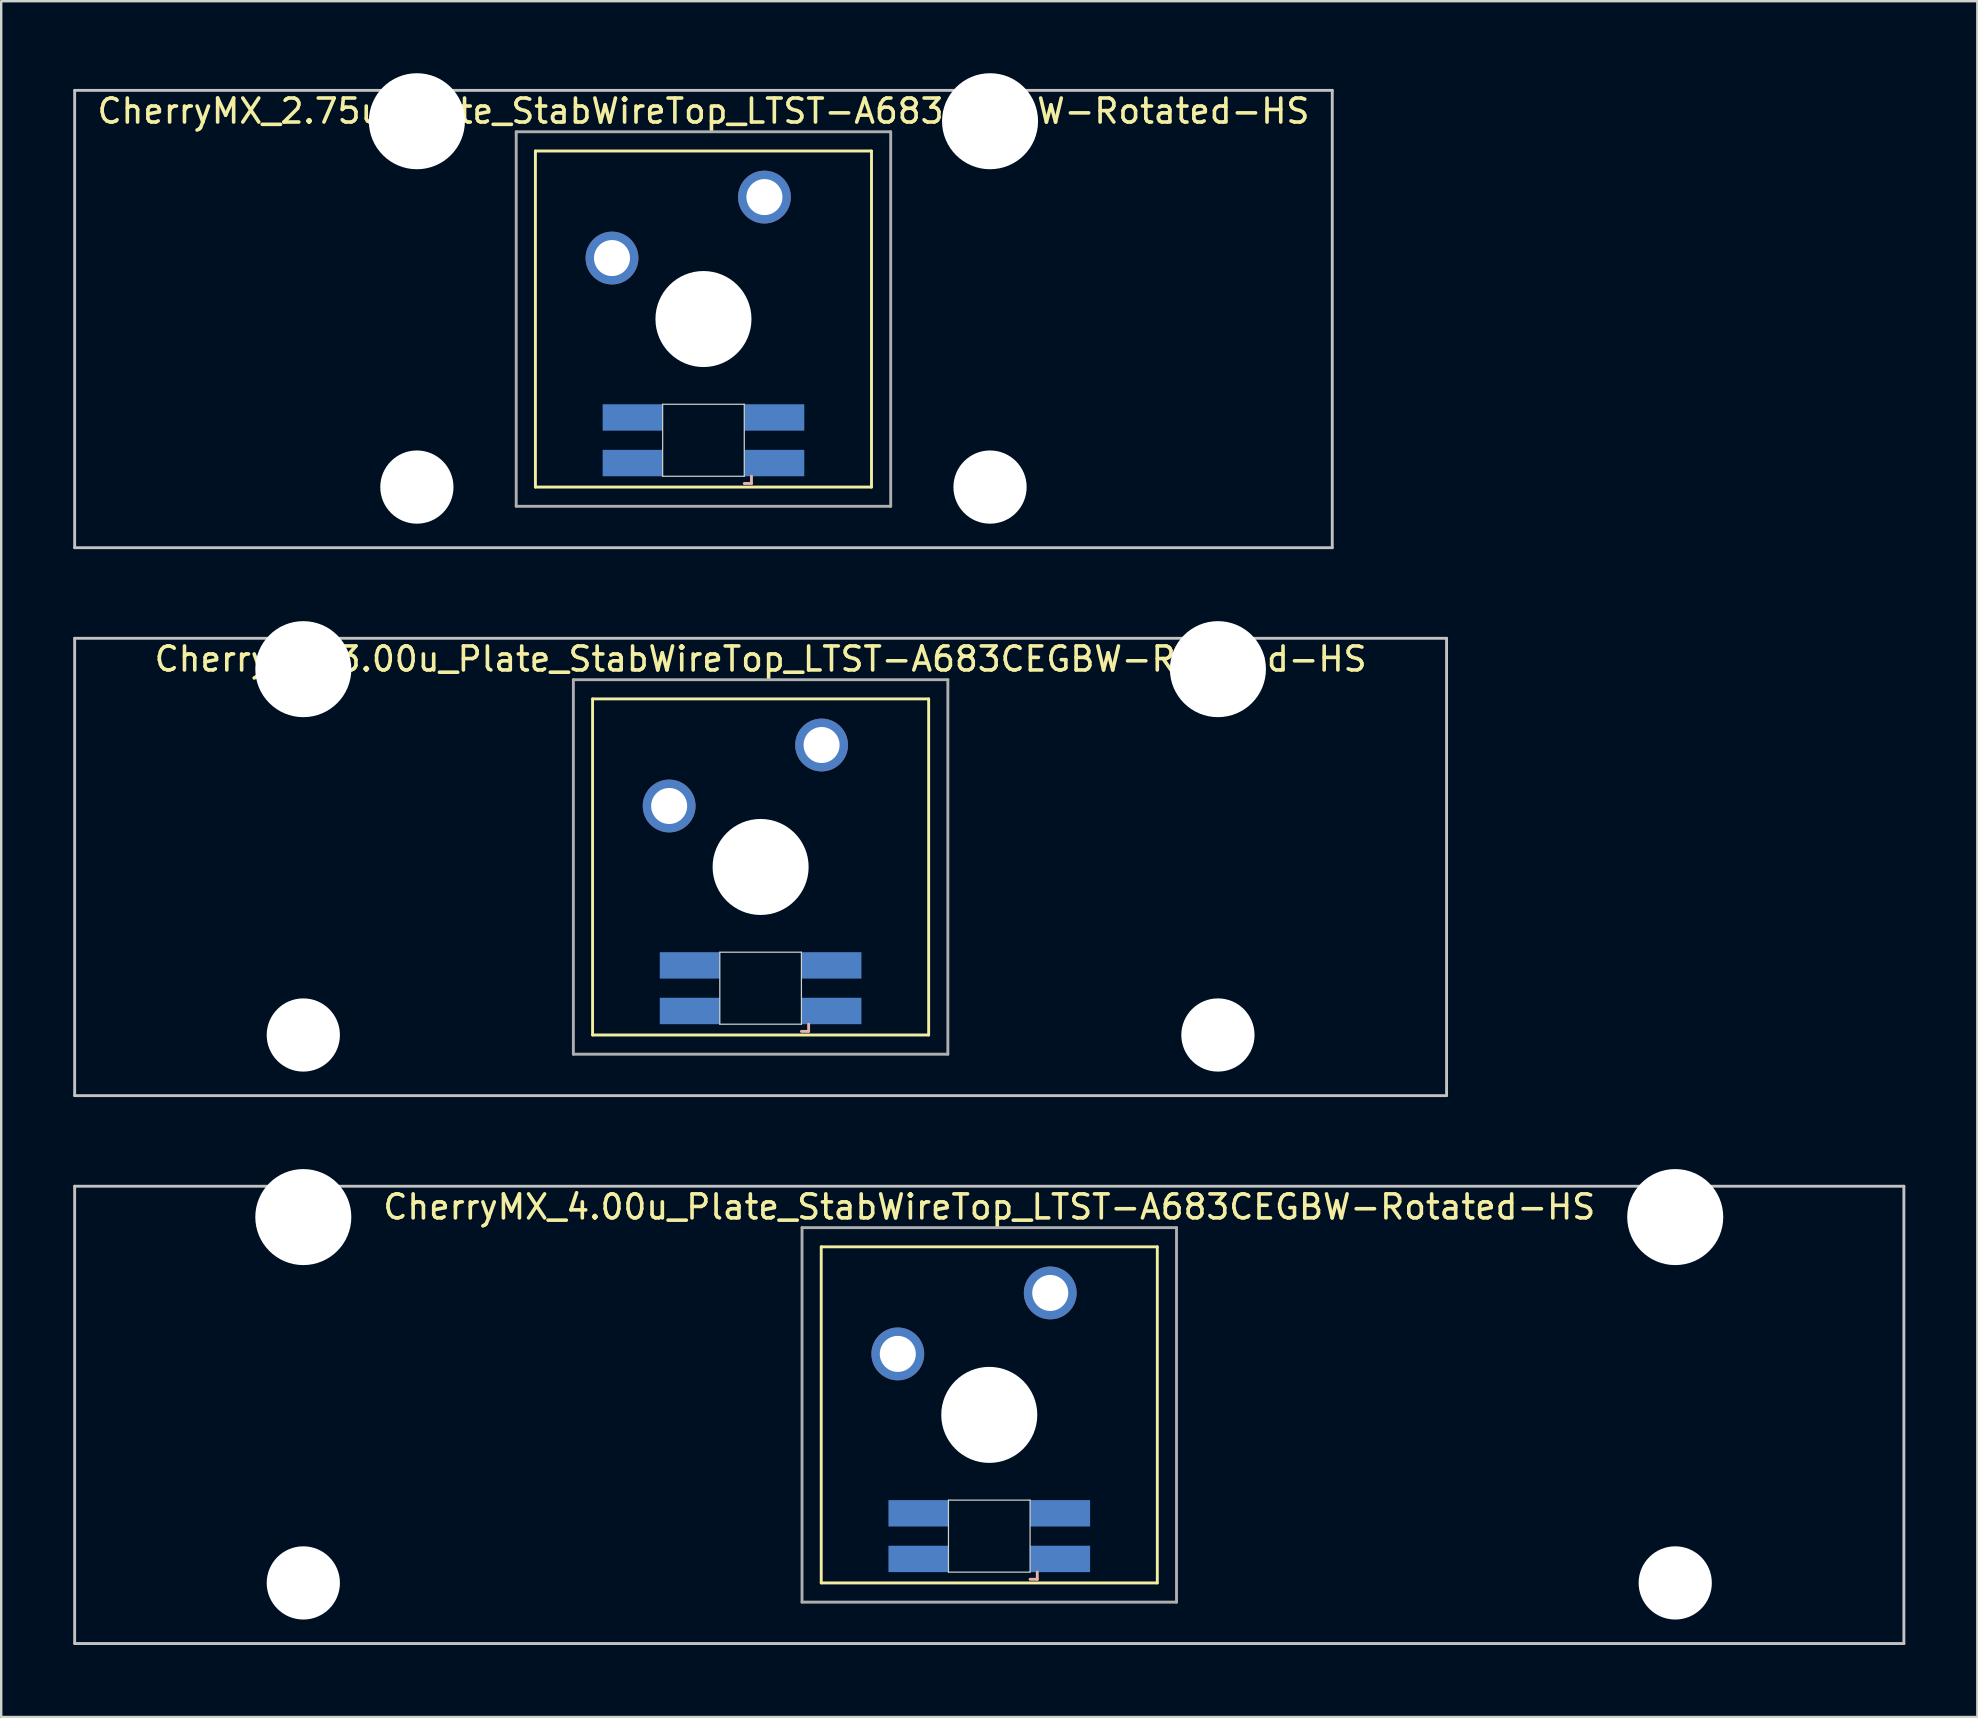
<source format=kicad_pcb>
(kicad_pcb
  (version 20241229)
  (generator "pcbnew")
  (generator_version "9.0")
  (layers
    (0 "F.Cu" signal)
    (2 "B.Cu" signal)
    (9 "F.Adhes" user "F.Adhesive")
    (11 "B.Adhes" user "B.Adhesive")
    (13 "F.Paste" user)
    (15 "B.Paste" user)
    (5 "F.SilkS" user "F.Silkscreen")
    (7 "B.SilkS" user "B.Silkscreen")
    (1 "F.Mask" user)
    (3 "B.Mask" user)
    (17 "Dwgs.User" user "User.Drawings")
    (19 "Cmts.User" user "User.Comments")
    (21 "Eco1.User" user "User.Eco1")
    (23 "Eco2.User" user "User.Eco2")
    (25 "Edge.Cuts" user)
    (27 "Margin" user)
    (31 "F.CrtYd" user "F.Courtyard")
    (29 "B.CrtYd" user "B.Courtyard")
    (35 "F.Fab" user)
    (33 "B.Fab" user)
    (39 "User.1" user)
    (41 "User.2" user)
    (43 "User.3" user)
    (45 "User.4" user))
  (footprint "CherryMX_2.75u_Plate_StabWireTop_LTST-A683CEGBW-Rotated-HS"
    (layer "F.Cu")
    (at 26.254 10.24)
    (property "Reference" "CherryMX_2.75u_Plate_StabWireTop_LTST-A683CEGBW-Rotated-HS" (at 0 -8.662 0) (layer "F.SilkS") (effects (font (size 1 1) (thickness 0.15))))
    (attr through_hole)
    (fp_line (start -7 -7) (end -7 7) (stroke (width 0.12) (type solid)) (layer "F.SilkS"))
    (fp_line (start -7 -7) (end 7 -7) (stroke (width 0.12) (type solid)) (layer "F.SilkS"))
    (fp_line (start 7 -7) (end 7 7) (stroke (width 0.12) (type solid)) (layer "F.SilkS"))
    (fp_line (start 7 7) (end -7 7) (stroke (width 0.12) (type solid)) (layer "F.SilkS"))
    (fp_line (start 1.7 6.85) (end 2 6.85) (stroke (width 0.12) (type solid)) (layer "B.SilkS"))
    (fp_line (start 2 6.85) (end 2 6.55) (stroke (width 0.12) (type solid)) (layer "B.SilkS"))
    (fp_line (start -26.194 -9.525) (end 26.194 -9.525) (stroke (width 0.12) (type solid)) (layer "Dwgs.User"))
    (fp_line (start -26.194 9.525) (end -26.194 -9.525) (stroke (width 0.12) (type solid)) (layer "Dwgs.User"))
    (fp_line (start 26.194 -9.525) (end 26.194 9.525) (stroke (width 0.12) (type solid)) (layer "Dwgs.User"))
    (fp_line (start 26.194 9.525) (end -26.194 9.525) (stroke (width 0.12) (type solid)) (layer "Dwgs.User"))
    (fp_line (start -1.7 3.55) (end 1.7 3.55) (stroke (width 0.05) (type solid)) (layer "Edge.Cuts"))
    (fp_line (start -1.7 6.55) (end -1.7 3.55) (stroke (width 0.05) (type solid)) (layer "Edge.Cuts"))
    (fp_line (start 1.7 3.55) (end 1.7 6.55) (stroke (width 0.05) (type solid)) (layer "Edge.Cuts"))
    (fp_line (start 1.7 6.55) (end -1.7 6.55) (stroke (width 0.05) (type solid)) (layer "Edge.Cuts"))
    (fp_line (start -7.8 -7.8) (end -7.8 7.8) (stroke (width 0.12) (type solid)) (layer "F.Fab"))
    (fp_line (start -7.8 -7.8) (end 7.8 -7.8) (stroke (width 0.12) (type solid)) (layer "F.Fab"))
    (fp_line (start -7.8 7.8) (end 7.8 7.8) (stroke (width 0.12) (type solid)) (layer "F.Fab"))
    (fp_line (start 7.8 -7.8) (end 7.8 7.8) (stroke (width 0.12) (type solid)) (layer "F.Fab"))
    (pad "" np_thru_hole circle (at -11.938 -8.24) (size 4 4) (drill 4) (layers "*.Cu" "*.Mask"))
    (pad "" np_thru_hole circle (at -11.938 7) (size 3.05 3.05) (drill 3.05) (layers "*.Cu" "*.Mask"))
    (pad "" np_thru_hole circle (at 0 0) (size 4 4) (drill 4) (layers "*.Cu" "*.Mask"))
    (pad "" np_thru_hole circle (at 11.938 -8.24) (size 4 4) (drill 4) (layers "*.Cu" "*.Mask"))
    (pad "" np_thru_hole circle (at 11.938 7) (size 3.05 3.05) (drill 3.05) (layers "*.Cu" "*.Mask"))
    (pad "1" thru_hole circle (at -3.81 -2.54) (size 2.2 2.2) (drill 1.5) (layers "*.Cu" "*.Mask"))
    (pad "2" thru_hole circle (at 2.54 -5.08) (size 2.2 2.2) (drill 1.5) (layers "*.Cu" "*.Mask"))
    (pad "3" smd rect (at 2.95 6) (size 2.5 1.1) (layers "B.Cu" "B.Mask" "B.Paste"))
    (pad "4" smd rect (at 2.95 4.1) (size 2.5 1.1) (layers "B.Cu" "B.Mask" "B.Paste"))
    (pad "5" smd rect (at -2.95 6) (size 2.5 1.1) (layers "B.Cu" "B.Mask" "B.Paste"))
    (pad "6" smd rect (at -2.95 4.1) (size 2.5 1.1) (layers "B.Cu" "B.Mask" "B.Paste")))
  (footprint "CherryMX_4.00u_Plate_StabWireTop_LTST-A683CEGBW-Rotated-HS"
    (layer "F.Cu")
    (at 38.16 55.89)
    (property "Reference" "CherryMX_4.00u_Plate_StabWireTop_LTST-A683CEGBW-Rotated-HS" (at 0 -8.662 0) (layer "F.SilkS") (effects (font (size 1 1) (thickness 0.15))))
    (attr through_hole)
    (fp_line (start -7 -7) (end -7 7) (stroke (width 0.12) (type solid)) (layer "F.SilkS"))
    (fp_line (start -7 -7) (end 7 -7) (stroke (width 0.12) (type solid)) (layer "F.SilkS"))
    (fp_line (start 7 -7) (end 7 7) (stroke (width 0.12) (type solid)) (layer "F.SilkS"))
    (fp_line (start 7 7) (end -7 7) (stroke (width 0.12) (type solid)) (layer "F.SilkS"))
    (fp_line (start 1.7 6.85) (end 2 6.85) (stroke (width 0.12) (type solid)) (layer "B.SilkS"))
    (fp_line (start 2 6.85) (end 2 6.55) (stroke (width 0.12) (type solid)) (layer "B.SilkS"))
    (fp_line (start -38.1 -9.525) (end 38.1 -9.525) (stroke (width 0.12) (type solid)) (layer "Dwgs.User"))
    (fp_line (start -38.1 9.525) (end -38.1 -9.525) (stroke (width 0.12) (type solid)) (layer "Dwgs.User"))
    (fp_line (start 38.1 -9.525) (end 38.1 9.525) (stroke (width 0.12) (type solid)) (layer "Dwgs.User"))
    (fp_line (start 38.1 9.525) (end -38.1 9.525) (stroke (width 0.12) (type solid)) (layer "Dwgs.User"))
    (fp_line (start -1.7 3.55) (end 1.7 3.55) (stroke (width 0.05) (type solid)) (layer "Edge.Cuts"))
    (fp_line (start -1.7 6.55) (end -1.7 3.55) (stroke (width 0.05) (type solid)) (layer "Edge.Cuts"))
    (fp_line (start 1.7 3.55) (end 1.7 6.55) (stroke (width 0.05) (type solid)) (layer "Edge.Cuts"))
    (fp_line (start 1.7 6.55) (end -1.7 6.55) (stroke (width 0.05) (type solid)) (layer "Edge.Cuts"))
    (fp_line (start -7.8 -7.8) (end -7.8 7.8) (stroke (width 0.12) (type solid)) (layer "F.Fab"))
    (fp_line (start -7.8 -7.8) (end 7.8 -7.8) (stroke (width 0.12) (type solid)) (layer "F.Fab"))
    (fp_line (start -7.8 7.8) (end 7.8 7.8) (stroke (width 0.12) (type solid)) (layer "F.Fab"))
    (fp_line (start 7.8 -7.8) (end 7.8 7.8) (stroke (width 0.12) (type solid)) (layer "F.Fab"))
    (pad "" np_thru_hole circle (at -28.575 -8.24) (size 4 4) (drill 4) (layers "*.Cu" "*.Mask"))
    (pad "" np_thru_hole circle (at -28.575 7) (size 3.05 3.05) (drill 3.05) (layers "*.Cu" "*.Mask"))
    (pad "" np_thru_hole circle (at 0 0) (size 4 4) (drill 4) (layers "*.Cu" "*.Mask"))
    (pad "" np_thru_hole circle (at 28.575 -8.24) (size 4 4) (drill 4) (layers "*.Cu" "*.Mask"))
    (pad "" np_thru_hole circle (at 28.575 7) (size 3.05 3.05) (drill 3.05) (layers "*.Cu" "*.Mask"))
    (pad "1" thru_hole circle (at -3.81 -2.54) (size 2.2 2.2) (drill 1.5) (layers "*.Cu" "*.Mask"))
    (pad "2" thru_hole circle (at 2.54 -5.08) (size 2.2 2.2) (drill 1.5) (layers "*.Cu" "*.Mask"))
    (pad "3" smd rect (at 2.95 6) (size 2.5 1.1) (layers "B.Cu" "B.Mask" "B.Paste"))
    (pad "4" smd rect (at 2.95 4.1) (size 2.5 1.1) (layers "B.Cu" "B.Mask" "B.Paste"))
    (pad "5" smd rect (at -2.95 6) (size 2.5 1.1) (layers "B.Cu" "B.Mask" "B.Paste"))
    (pad "6" smd rect (at -2.95 4.1) (size 2.5 1.1) (layers "B.Cu" "B.Mask" "B.Paste")))
  (footprint "CherryMX_3.00u_Plate_StabWireTop_LTST-A683CEGBW-Rotated-HS"
    (layer "F.Cu")
    (at 28.635 33.065)
    (property "Reference" "CherryMX_3.00u_Plate_StabWireTop_LTST-A683CEGBW-Rotated-HS" (at 0 -8.662 0) (layer "F.SilkS") (effects (font (size 1 1) (thickness 0.15))))
    (attr through_hole)
    (fp_line (start -7 -7) (end -7 7) (stroke (width 0.12) (type solid)) (layer "F.SilkS"))
    (fp_line (start -7 -7) (end 7 -7) (stroke (width 0.12) (type solid)) (layer "F.SilkS"))
    (fp_line (start 7 -7) (end 7 7) (stroke (width 0.12) (type solid)) (layer "F.SilkS"))
    (fp_line (start 7 7) (end -7 7) (stroke (width 0.12) (type solid)) (layer "F.SilkS"))
    (fp_line (start 1.7 6.85) (end 2 6.85) (stroke (width 0.12) (type solid)) (layer "B.SilkS"))
    (fp_line (start 2 6.85) (end 2 6.55) (stroke (width 0.12) (type solid)) (layer "B.SilkS"))
    (fp_line (start -28.575 -9.525) (end 28.575 -9.525) (stroke (width 0.12) (type solid)) (layer "Dwgs.User"))
    (fp_line (start -28.575 9.525) (end -28.575 -9.525) (stroke (width 0.12) (type solid)) (layer "Dwgs.User"))
    (fp_line (start 28.575 -9.525) (end 28.575 9.525) (stroke (width 0.12) (type solid)) (layer "Dwgs.User"))
    (fp_line (start 28.575 9.525) (end -28.575 9.525) (stroke (width 0.12) (type solid)) (layer "Dwgs.User"))
    (fp_line (start -1.7 3.55) (end 1.7 3.55) (stroke (width 0.05) (type solid)) (layer "Edge.Cuts"))
    (fp_line (start -1.7 6.55) (end -1.7 3.55) (stroke (width 0.05) (type solid)) (layer "Edge.Cuts"))
    (fp_line (start 1.7 3.55) (end 1.7 6.55) (stroke (width 0.05) (type solid)) (layer "Edge.Cuts"))
    (fp_line (start 1.7 6.55) (end -1.7 6.55) (stroke (width 0.05) (type solid)) (layer "Edge.Cuts"))
    (fp_line (start -7.8 -7.8) (end -7.8 7.8) (stroke (width 0.12) (type solid)) (layer "F.Fab"))
    (fp_line (start -7.8 -7.8) (end 7.8 -7.8) (stroke (width 0.12) (type solid)) (layer "F.Fab"))
    (fp_line (start -7.8 7.8) (end 7.8 7.8) (stroke (width 0.12) (type solid)) (layer "F.Fab"))
    (fp_line (start 7.8 -7.8) (end 7.8 7.8) (stroke (width 0.12) (type solid)) (layer "F.Fab"))
    (pad "" np_thru_hole circle (at -19.05 -8.24) (size 4 4) (drill 4) (layers "*.Cu" "*.Mask"))
    (pad "" np_thru_hole circle (at -19.05 7) (size 3.05 3.05) (drill 3.05) (layers "*.Cu" "*.Mask"))
    (pad "" np_thru_hole circle (at 0 0) (size 4 4) (drill 4) (layers "*.Cu" "*.Mask"))
    (pad "" np_thru_hole circle (at 19.05 -8.24) (size 4 4) (drill 4) (layers "*.Cu" "*.Mask"))
    (pad "" np_thru_hole circle (at 19.05 7) (size 3.05 3.05) (drill 3.05) (layers "*.Cu" "*.Mask"))
    (pad "1" thru_hole circle (at -3.81 -2.54) (size 2.2 2.2) (drill 1.5) (layers "*.Cu" "*.Mask"))
    (pad "2" thru_hole circle (at 2.54 -5.08) (size 2.2 2.2) (drill 1.5) (layers "*.Cu" "*.Mask"))
    (pad "3" smd rect (at 2.95 6) (size 2.5 1.1) (layers "B.Cu" "B.Mask" "B.Paste"))
    (pad "4" smd rect (at 2.95 4.1) (size 2.5 1.1) (layers "B.Cu" "B.Mask" "B.Paste"))
    (pad "5" smd rect (at -2.95 6) (size 2.5 1.1) (layers "B.Cu" "B.Mask" "B.Paste"))
    (pad "6" smd rect (at -2.95 4.1) (size 2.5 1.1) (layers "B.Cu" "B.Mask" "B.Paste")))
  (gr_rect
    (start -3 -3)
    (end 79.32 68.475)
    (stroke (width 0.1) (type default))
    (fill no)
    (layer "Edge.Cuts")))
</source>
